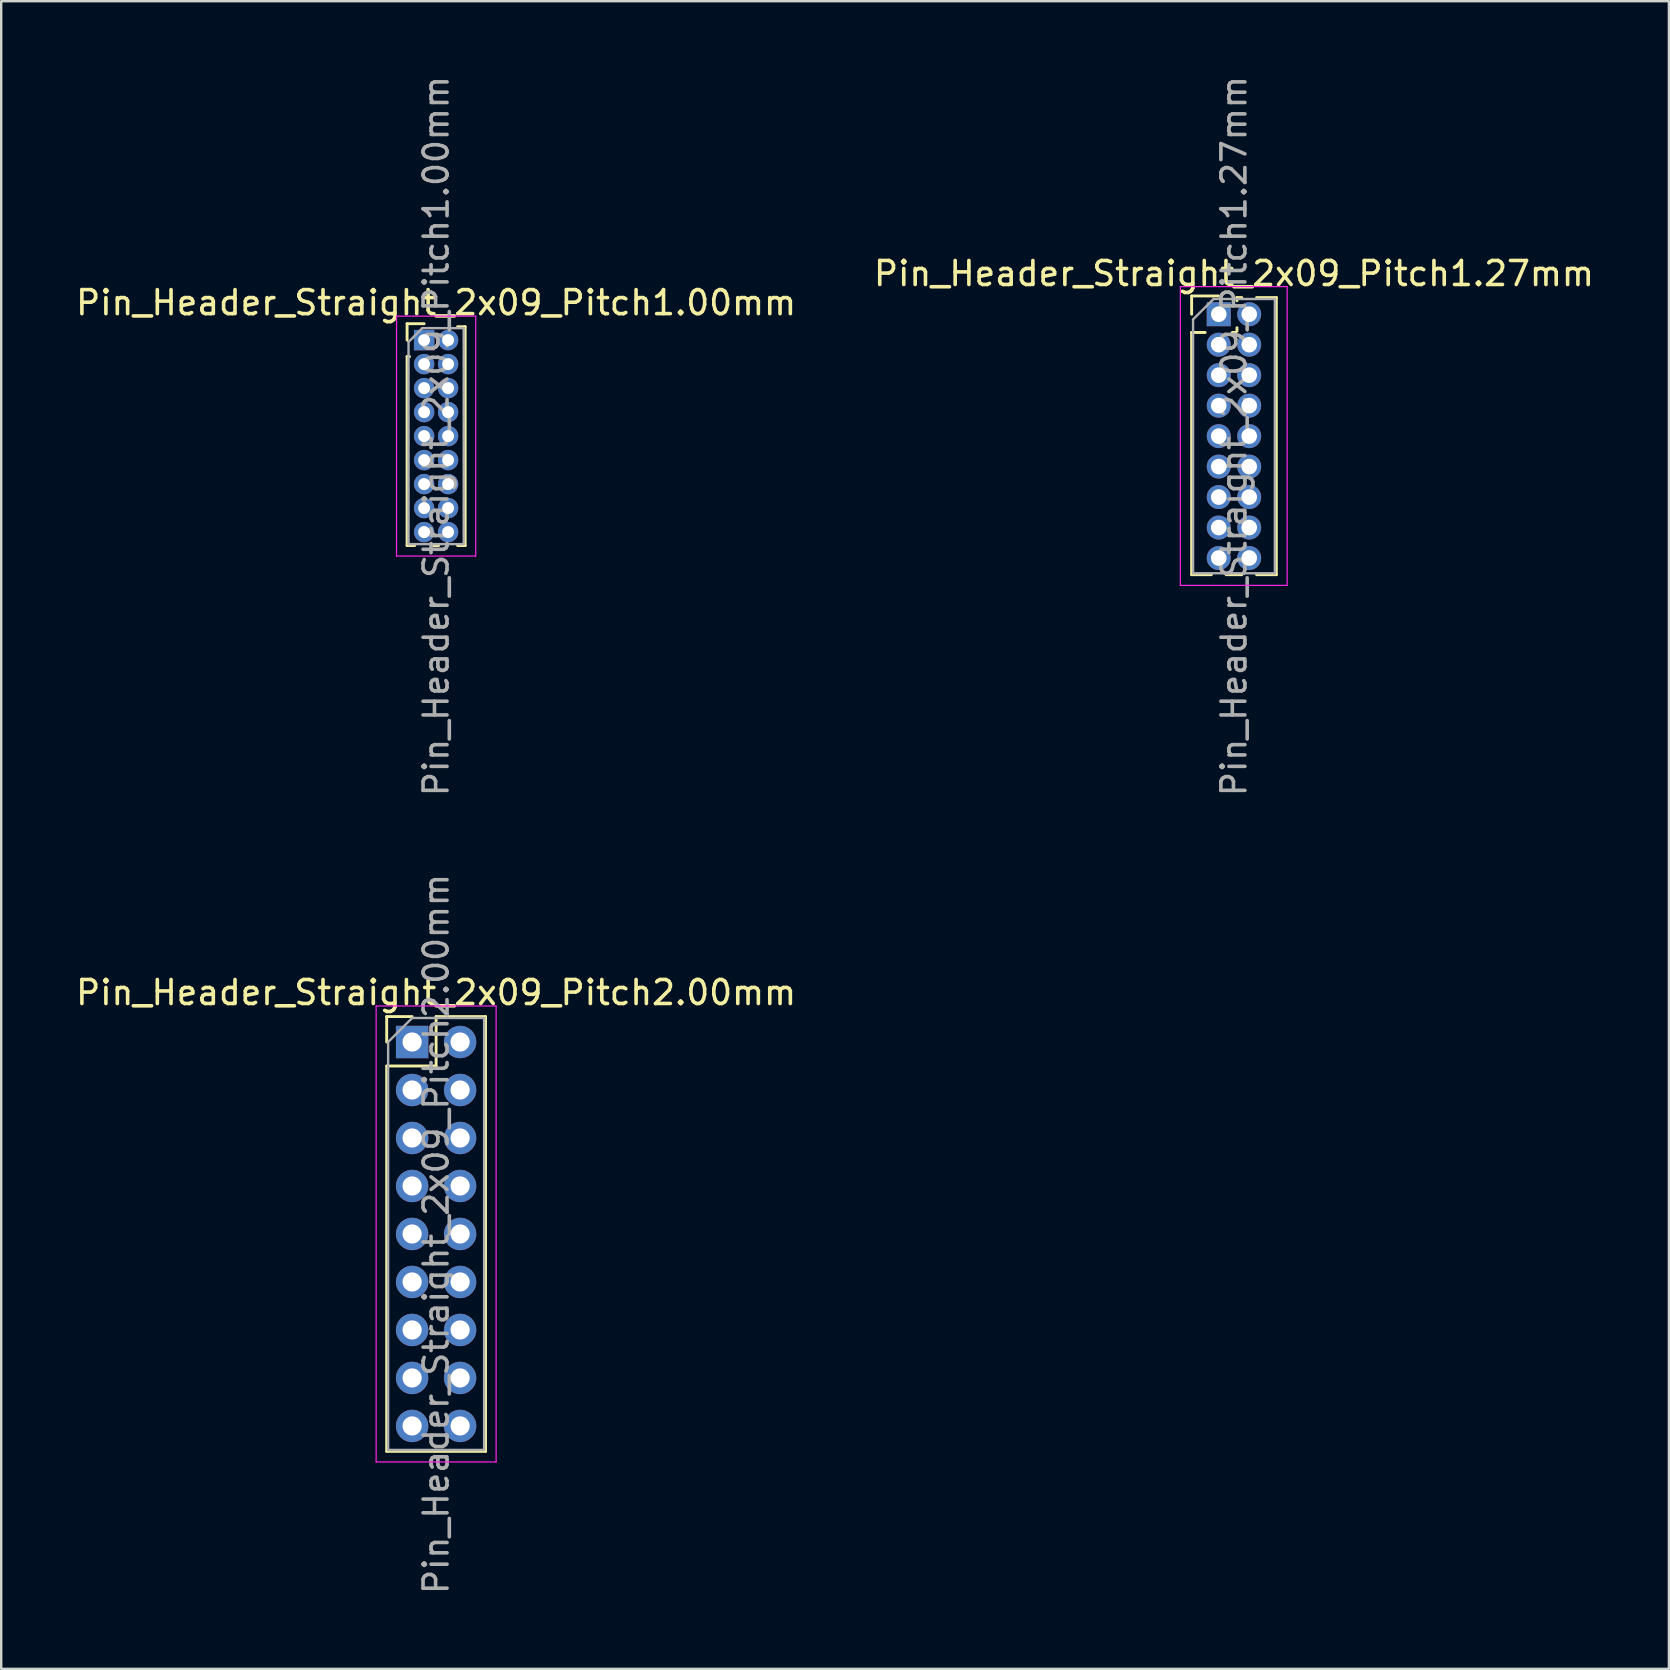
<source format=kicad_pcb>
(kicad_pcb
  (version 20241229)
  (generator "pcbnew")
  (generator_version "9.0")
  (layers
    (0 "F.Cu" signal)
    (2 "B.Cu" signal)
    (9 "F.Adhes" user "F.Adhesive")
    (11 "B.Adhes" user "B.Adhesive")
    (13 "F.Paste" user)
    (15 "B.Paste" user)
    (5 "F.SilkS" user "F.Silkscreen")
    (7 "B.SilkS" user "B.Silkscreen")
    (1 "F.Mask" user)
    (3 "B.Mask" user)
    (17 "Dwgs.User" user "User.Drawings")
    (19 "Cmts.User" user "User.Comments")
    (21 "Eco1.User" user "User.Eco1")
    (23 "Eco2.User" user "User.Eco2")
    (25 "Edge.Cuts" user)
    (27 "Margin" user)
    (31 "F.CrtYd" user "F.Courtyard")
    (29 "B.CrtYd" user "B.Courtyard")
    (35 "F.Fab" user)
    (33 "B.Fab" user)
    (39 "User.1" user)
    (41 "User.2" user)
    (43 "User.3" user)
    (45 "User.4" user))
  (footprint "Pin_Header_Straight_2x09_Pitch2.00mm"
    (layer "F.Cu")
    (at 14.125 40.375)
    (property "Reference" "Pin_Header_Straight_2x09_Pitch2.00mm" (at 1 -2.06 0) (layer "F.SilkS") (effects (font (size 1 1) (thickness 0.15))))
    (attr through_hole)
    (fp_line (start -1.06 -1.06) (end 0 -1.06) (stroke (width 0.12) (type solid)) (layer "F.SilkS"))
    (fp_line (start -1.06 0) (end -1.06 -1.06) (stroke (width 0.12) (type solid)) (layer "F.SilkS"))
    (fp_line (start -1.06 1) (end -1.06 17.06) (stroke (width 0.12) (type solid)) (layer "F.SilkS"))
    (fp_line (start -1.06 1) (end 1 1) (stroke (width 0.12) (type solid)) (layer "F.SilkS"))
    (fp_line (start -1.06 17.06) (end 3.06 17.06) (stroke (width 0.12) (type solid)) (layer "F.SilkS"))
    (fp_line (start 1 -1.06) (end 3.06 -1.06) (stroke (width 0.12) (type solid)) (layer "F.SilkS"))
    (fp_line (start 1 1) (end 1 -1.06) (stroke (width 0.12) (type solid)) (layer "F.SilkS"))
    (fp_line (start 3.06 -1.06) (end 3.06 17.06) (stroke (width 0.12) (type solid)) (layer "F.SilkS"))
    (fp_line (start -1.5 -1.5) (end -1.5 17.5) (stroke (width 0.05) (type solid)) (layer "F.CrtYd"))
    (fp_line (start -1.5 17.5) (end 3.5 17.5) (stroke (width 0.05) (type solid)) (layer "F.CrtYd"))
    (fp_line (start 3.5 -1.5) (end -1.5 -1.5) (stroke (width 0.05) (type solid)) (layer "F.CrtYd"))
    (fp_line (start 3.5 17.5) (end 3.5 -1.5) (stroke (width 0.05) (type solid)) (layer "F.CrtYd"))
    (fp_line (start -1 0) (end 0 -1) (stroke (width 0.1) (type solid)) (layer "F.Fab"))
    (fp_line (start -1 17) (end -1 0) (stroke (width 0.1) (type solid)) (layer "F.Fab"))
    (fp_line (start 0 -1) (end 3 -1) (stroke (width 0.1) (type solid)) (layer "F.Fab"))
    (fp_line (start 3 -1) (end 3 17) (stroke (width 0.1) (type solid)) (layer "F.Fab"))
    (fp_line (start 3 17) (end -1 17) (stroke (width 0.1) (type solid)) (layer "F.Fab"))
    (fp_text user "${REFERENCE}" (at 1 8 90) (layer "F.Fab") (effects (font (size 1 1) (thickness 0.15))))
    (pad "1" thru_hole rect (at 0 0) (size 1.35 1.35) (drill 0.8) (layers "*.Cu" "*.Mask"))
    (pad "2" thru_hole oval (at 2 0) (size 1.35 1.35) (drill 0.8) (layers "*.Cu" "*.Mask"))
    (pad "3" thru_hole oval (at 0 2) (size 1.35 1.35) (drill 0.8) (layers "*.Cu" "*.Mask"))
    (pad "4" thru_hole oval (at 2 2) (size 1.35 1.35) (drill 0.8) (layers "*.Cu" "*.Mask"))
    (pad "5" thru_hole oval (at 0 4) (size 1.35 1.35) (drill 0.8) (layers "*.Cu" "*.Mask"))
    (pad "6" thru_hole oval (at 2 4) (size 1.35 1.35) (drill 0.8) (layers "*.Cu" "*.Mask"))
    (pad "7" thru_hole oval (at 0 6) (size 1.35 1.35) (drill 0.8) (layers "*.Cu" "*.Mask"))
    (pad "8" thru_hole oval (at 2 6) (size 1.35 1.35) (drill 0.8) (layers "*.Cu" "*.Mask"))
    (pad "9" thru_hole oval (at 0 8) (size 1.35 1.35) (drill 0.8) (layers "*.Cu" "*.Mask"))
    (pad "10" thru_hole oval (at 2 8) (size 1.35 1.35) (drill 0.8) (layers "*.Cu" "*.Mask"))
    (pad "11" thru_hole oval (at 0 10) (size 1.35 1.35) (drill 0.8) (layers "*.Cu" "*.Mask"))
    (pad "12" thru_hole oval (at 2 10) (size 1.35 1.35) (drill 0.8) (layers "*.Cu" "*.Mask"))
    (pad "13" thru_hole oval (at 0 12) (size 1.35 1.35) (drill 0.8) (layers "*.Cu" "*.Mask"))
    (pad "14" thru_hole oval (at 2 12) (size 1.35 1.35) (drill 0.8) (layers "*.Cu" "*.Mask"))
    (pad "15" thru_hole oval (at 0 14) (size 1.35 1.35) (drill 0.8) (layers "*.Cu" "*.Mask"))
    (pad "16" thru_hole oval (at 2 14) (size 1.35 1.35) (drill 0.8) (layers "*.Cu" "*.Mask"))
    (pad "17" thru_hole oval (at 0 16) (size 1.35 1.35) (drill 0.8) (layers "*.Cu" "*.Mask"))
    (pad "18" thru_hole oval (at 2 16) (size 1.35 1.35) (drill 0.8) (layers "*.Cu" "*.Mask")))
  (footprint "Pin_Header_Straight_2x09_Pitch1.27mm"
    (layer "F.Cu")
    (at 47.74 10.045)
    (property "Reference" "Pin_Header_Straight_2x09_Pitch1.27mm" (at 0.635 -1.695 0) (layer "F.SilkS") (effects (font (size 1 1) (thickness 0.15))))
    (attr through_hole)
    (fp_line (start -1.13 -0.76) (end 0 -0.76) (stroke (width 0.12) (type solid)) (layer "F.SilkS"))
    (fp_line (start -1.13 0) (end -1.13 -0.76) (stroke (width 0.12) (type solid)) (layer "F.SilkS"))
    (fp_line (start -1.13 0.76) (end -1.13 10.855) (stroke (width 0.12) (type solid)) (layer "F.SilkS"))
    (fp_line (start -1.13 0.76) (end -0.563 0.76) (stroke (width 0.12) (type solid)) (layer "F.SilkS"))
    (fp_line (start -1.13 10.855) (end -0.308 10.855) (stroke (width 0.12) (type solid)) (layer "F.SilkS"))
    (fp_line (start 0.308 10.855) (end 0.962 10.855) (stroke (width 0.12) (type solid)) (layer "F.SilkS"))
    (fp_line (start 0.563 0.76) (end 0.707 0.76) (stroke (width 0.12) (type solid)) (layer "F.SilkS"))
    (fp_line (start 0.76 -0.695) (end 0.962 -0.695) (stroke (width 0.12) (type solid)) (layer "F.SilkS"))
    (fp_line (start 0.76 -0.563) (end 0.76 -0.695) (stroke (width 0.12) (type solid)) (layer "F.SilkS"))
    (fp_line (start 0.76 0.707) (end 0.76 0.563) (stroke (width 0.12) (type solid)) (layer "F.SilkS"))
    (fp_line (start 1.578 -0.695) (end 2.4 -0.695) (stroke (width 0.12) (type solid)) (layer "F.SilkS"))
    (fp_line (start 1.578 10.855) (end 2.4 10.855) (stroke (width 0.12) (type solid)) (layer "F.SilkS"))
    (fp_line (start 2.4 -0.695) (end 2.4 10.855) (stroke (width 0.12) (type solid)) (layer "F.SilkS"))
    (fp_line (start -1.6 -1.15) (end -1.6 11.3) (stroke (width 0.05) (type solid)) (layer "F.CrtYd"))
    (fp_line (start -1.6 11.3) (end 2.85 11.3) (stroke (width 0.05) (type solid)) (layer "F.CrtYd"))
    (fp_line (start 2.85 -1.15) (end -1.6 -1.15) (stroke (width 0.05) (type solid)) (layer "F.CrtYd"))
    (fp_line (start 2.85 11.3) (end 2.85 -1.15) (stroke (width 0.05) (type solid)) (layer "F.CrtYd"))
    (fp_line (start -1.07 0.217) (end -0.217 -0.635) (stroke (width 0.1) (type solid)) (layer "F.Fab"))
    (fp_line (start -1.07 10.795) (end -1.07 0.217) (stroke (width 0.1) (type solid)) (layer "F.Fab"))
    (fp_line (start -0.217 -0.635) (end 2.34 -0.635) (stroke (width 0.1) (type solid)) (layer "F.Fab"))
    (fp_line (start 2.34 -0.635) (end 2.34 10.795) (stroke (width 0.1) (type solid)) (layer "F.Fab"))
    (fp_line (start 2.34 10.795) (end -1.07 10.795) (stroke (width 0.1) (type solid)) (layer "F.Fab"))
    (fp_text user "${REFERENCE}" (at 0.635 5.08 90) (layer "F.Fab") (effects (font (size 1 1) (thickness 0.15))))
    (pad "1" thru_hole rect (at 0 0) (size 1 1) (drill 0.65) (layers "*.Cu" "*.Mask"))
    (pad "2" thru_hole oval (at 1.27 0) (size 1 1) (drill 0.65) (layers "*.Cu" "*.Mask"))
    (pad "3" thru_hole oval (at 0 1.27) (size 1 1) (drill 0.65) (layers "*.Cu" "*.Mask"))
    (pad "4" thru_hole oval (at 1.27 1.27) (size 1 1) (drill 0.65) (layers "*.Cu" "*.Mask"))
    (pad "5" thru_hole oval (at 0 2.54) (size 1 1) (drill 0.65) (layers "*.Cu" "*.Mask"))
    (pad "6" thru_hole oval (at 1.27 2.54) (size 1 1) (drill 0.65) (layers "*.Cu" "*.Mask"))
    (pad "7" thru_hole oval (at 0 3.81) (size 1 1) (drill 0.65) (layers "*.Cu" "*.Mask"))
    (pad "8" thru_hole oval (at 1.27 3.81) (size 1 1) (drill 0.65) (layers "*.Cu" "*.Mask"))
    (pad "9" thru_hole oval (at 0 5.08) (size 1 1) (drill 0.65) (layers "*.Cu" "*.Mask"))
    (pad "10" thru_hole oval (at 1.27 5.08) (size 1 1) (drill 0.65) (layers "*.Cu" "*.Mask"))
    (pad "11" thru_hole oval (at 0 6.35) (size 1 1) (drill 0.65) (layers "*.Cu" "*.Mask"))
    (pad "12" thru_hole oval (at 1.27 6.35) (size 1 1) (drill 0.65) (layers "*.Cu" "*.Mask"))
    (pad "13" thru_hole oval (at 0 7.62) (size 1 1) (drill 0.65) (layers "*.Cu" "*.Mask"))
    (pad "14" thru_hole oval (at 1.27 7.62) (size 1 1) (drill 0.65) (layers "*.Cu" "*.Mask"))
    (pad "15" thru_hole oval (at 0 8.89) (size 1 1) (drill 0.65) (layers "*.Cu" "*.Mask"))
    (pad "16" thru_hole oval (at 1.27 8.89) (size 1 1) (drill 0.65) (layers "*.Cu" "*.Mask"))
    (pad "17" thru_hole oval (at 0 10.16) (size 1 1) (drill 0.65) (layers "*.Cu" "*.Mask"))
    (pad "18" thru_hole oval (at 1.27 10.16) (size 1 1) (drill 0.65) (layers "*.Cu" "*.Mask")))
  (footprint "Pin_Header_Straight_2x09_Pitch1.00mm"
    (layer "F.Cu")
    (at 14.625 11.125)
    (property "Reference" "Pin_Header_Straight_2x09_Pitch1.00mm" (at 0.5 -1.56 0) (layer "F.SilkS") (effects (font (size 1 1) (thickness 0.15))))
    (attr through_hole)
    (fp_line (start -0.71 -0.685) (end 0 -0.685) (stroke (width 0.12) (type solid)) (layer "F.SilkS"))
    (fp_line (start -0.71 0) (end -0.71 -0.685) (stroke (width 0.12) (type solid)) (layer "F.SilkS"))
    (fp_line (start -0.71 0.685) (end -0.71 8.56) (stroke (width 0.12) (type solid)) (layer "F.SilkS"))
    (fp_line (start -0.71 0.685) (end -0.608 0.685) (stroke (width 0.12) (type solid)) (layer "F.SilkS"))
    (fp_line (start -0.71 8.56) (end -0.394 8.56) (stroke (width 0.12) (type solid)) (layer "F.SilkS"))
    (fp_line (start 0.394 8.56) (end 0.606 8.56) (stroke (width 0.12) (type solid)) (layer "F.SilkS"))
    (fp_line (start 1.394 -0.56) (end 1.71 -0.56) (stroke (width 0.12) (type solid)) (layer "F.SilkS"))
    (fp_line (start 1.394 8.56) (end 1.71 8.56) (stroke (width 0.12) (type solid)) (layer "F.SilkS"))
    (fp_line (start 1.71 -0.56) (end 1.71 8.56) (stroke (width 0.12) (type solid)) (layer "F.SilkS"))
    (fp_line (start -1.15 -1) (end -1.15 9) (stroke (width 0.05) (type solid)) (layer "F.CrtYd"))
    (fp_line (start -1.15 9) (end 2.15 9) (stroke (width 0.05) (type solid)) (layer "F.CrtYd"))
    (fp_line (start 2.15 -1) (end -1.15 -1) (stroke (width 0.05) (type solid)) (layer "F.CrtYd"))
    (fp_line (start 2.15 9) (end 2.15 -1) (stroke (width 0.05) (type solid)) (layer "F.CrtYd"))
    (fp_line (start -0.65 0.075) (end -0.075 -0.5) (stroke (width 0.1) (type solid)) (layer "F.Fab"))
    (fp_line (start -0.65 8.5) (end -0.65 0.075) (stroke (width 0.1) (type solid)) (layer "F.Fab"))
    (fp_line (start -0.075 -0.5) (end 1.65 -0.5) (stroke (width 0.1) (type solid)) (layer "F.Fab"))
    (fp_line (start 1.65 -0.5) (end 1.65 8.5) (stroke (width 0.1) (type solid)) (layer "F.Fab"))
    (fp_line (start 1.65 8.5) (end -0.65 8.5) (stroke (width 0.1) (type solid)) (layer "F.Fab"))
    (fp_text user "${REFERENCE}" (at 0.5 4 90) (layer "F.Fab") (effects (font (size 1 1) (thickness 0.15))))
    (pad "1" thru_hole rect (at 0 0) (size 0.85 0.85) (drill 0.5) (layers "*.Cu" "*.Mask"))
    (pad "2" thru_hole oval (at 1 0) (size 0.85 0.85) (drill 0.5) (layers "*.Cu" "*.Mask"))
    (pad "3" thru_hole oval (at 0 1) (size 0.85 0.85) (drill 0.5) (layers "*.Cu" "*.Mask"))
    (pad "4" thru_hole oval (at 1 1) (size 0.85 0.85) (drill 0.5) (layers "*.Cu" "*.Mask"))
    (pad "5" thru_hole oval (at 0 2) (size 0.85 0.85) (drill 0.5) (layers "*.Cu" "*.Mask"))
    (pad "6" thru_hole oval (at 1 2) (size 0.85 0.85) (drill 0.5) (layers "*.Cu" "*.Mask"))
    (pad "7" thru_hole oval (at 0 3) (size 0.85 0.85) (drill 0.5) (layers "*.Cu" "*.Mask"))
    (pad "8" thru_hole oval (at 1 3) (size 0.85 0.85) (drill 0.5) (layers "*.Cu" "*.Mask"))
    (pad "9" thru_hole oval (at 0 4) (size 0.85 0.85) (drill 0.5) (layers "*.Cu" "*.Mask"))
    (pad "10" thru_hole oval (at 1 4) (size 0.85 0.85) (drill 0.5) (layers "*.Cu" "*.Mask"))
    (pad "11" thru_hole oval (at 0 5) (size 0.85 0.85) (drill 0.5) (layers "*.Cu" "*.Mask"))
    (pad "12" thru_hole oval (at 1 5) (size 0.85 0.85) (drill 0.5) (layers "*.Cu" "*.Mask"))
    (pad "13" thru_hole oval (at 0 6) (size 0.85 0.85) (drill 0.5) (layers "*.Cu" "*.Mask"))
    (pad "14" thru_hole oval (at 1 6) (size 0.85 0.85) (drill 0.5) (layers "*.Cu" "*.Mask"))
    (pad "15" thru_hole oval (at 0 7) (size 0.85 0.85) (drill 0.5) (layers "*.Cu" "*.Mask"))
    (pad "16" thru_hole oval (at 1 7) (size 0.85 0.85) (drill 0.5) (layers "*.Cu" "*.Mask"))
    (pad "17" thru_hole oval (at 0 8) (size 0.85 0.85) (drill 0.5) (layers "*.Cu" "*.Mask"))
    (pad "18" thru_hole oval (at 1 8) (size 0.85 0.85) (drill 0.5) (layers "*.Cu" "*.Mask")))
  (gr_rect
    (start -3 -3)
    (end 66.5 66.5)
    (stroke (width 0.1) (type default))
    (fill no)
    (layer "Edge.Cuts")))
</source>
